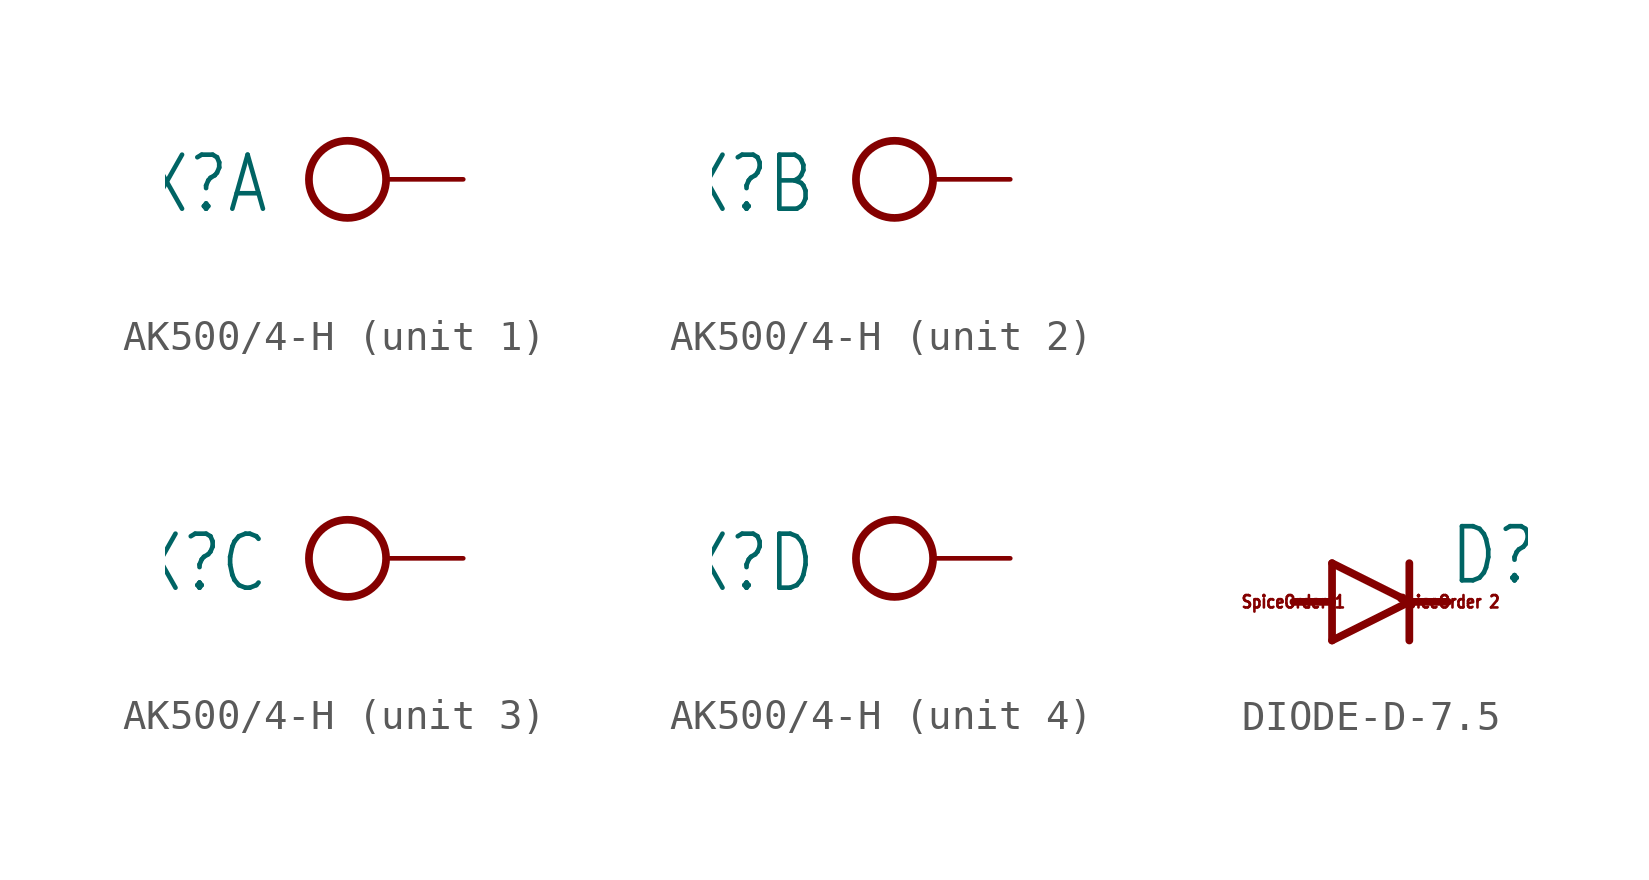
<source format=kicad_sym>
(kicad_symbol_lib
  (version 20241209)
  (generator "kicad_symbol_editor")
  (generator_version "9.0")
  (symbol "AK500/4-H"
    (property "Reference" "X"
      (at -1.27 0.889 0)
      (effects (font (size 1.778 1.511)) (justify right top)))
    (property "Value" ""
      (at -3.81 -3.683 0)
      (effects (font (size 1.778 1.511)) (justify left bottom)))
    (property "ki_locked" ""
      (at 0 0 0)
      (effects (font (size 1.27 1.27))))
    (symbol "AK500/4-H_1_0"
      (circle (center 1.27 0) (radius 1.27) (stroke (width 0.254) (type solid)) (fill (type none)))
      (pin passive line (at 5.08 0 180) (length 2.54) (name "KL" (effects (font (size 0 0)))) (number "1" (effects (font (size 0 0))))))
    (symbol "AK500/4-H_2_0"
      (circle (center 1.27 0) (radius 1.27) (stroke (width 0.254) (type solid)) (fill (type none)))
      (pin passive line (at 5.08 0 180) (length 2.54) (name "KL" (effects (font (size 0 0)))) (number "2" (effects (font (size 0 0))))))
    (symbol "AK500/4-H_3_0"
      (circle (center 1.27 0) (radius 1.27) (stroke (width 0.254) (type solid)) (fill (type none)))
      (pin passive line (at 5.08 0 180) (length 2.54) (name "KL" (effects (font (size 0 0)))) (number "3" (effects (font (size 0 0))))))
    (symbol "AK500/4-H_4_0"
      (circle (center 1.27 0) (radius 1.27) (stroke (width 0.254) (type solid)) (fill (type none)))
      (pin passive line (at 5.08 0 180) (length 2.54) (name "KL" (effects (font (size 0 0)))) (number "4" (effects (font (size 0 0)))))))
  (symbol "DIODE-D-7.5"
    (property "Reference" "D"
      (at 2.54 0.483 0)
      (effects (font (size 1.778 1.511)) (justify left bottom)))
    (property "Value" ""
      (at 2.54 -2.311 0)
      (effects (font (size 1.778 1.511)) (justify left bottom)))
    (property "ki_locked" ""
      (at 0 0 0)
      (effects (font (size 1.27 1.27))))
    (symbol "DIODE-D-7.5_1_0"
      (polyline (pts (xy -1.27 1.27) (xy -1.27 0)) (stroke (width 0.254) (type solid)) (fill (type none)))
      (polyline (pts (xy -1.27 0) (xy -2.54 0)) (stroke (width 0.254) (type solid)) (fill (type none)))
      (polyline (pts (xy -1.27 0) (xy -1.27 -1.27)) (stroke (width 0.254) (type solid)) (fill (type none)))
      (polyline (pts (xy -1.27 -1.27) (xy 1.27 0)) (stroke (width 0.254) (type solid)) (fill (type none)))
      (polyline (pts (xy 1.27 1.27) (xy 1.27 0)) (stroke (width 0.254) (type solid)) (fill (type none)))
      (polyline (pts (xy 1.27 0) (xy -1.27 1.27)) (stroke (width 0.254) (type solid)) (fill (type none)))
      (polyline (pts (xy 1.27 0) (xy 1.27 -1.27)) (stroke (width 0.254) (type solid)) (fill (type none)))
      (polyline (pts (xy 2.54 0) (xy 1.27 0)) (stroke (width 0.254) (type solid)) (fill (type none)))
      (text "SpiceOrder 1" (at -2.54 0 0) (effects (font (size 0.406 0.345))))
      (text "SpiceOrder 2" (at 2.54 0 0) (effects (font (size 0.406 0.345))))
      (pin passive line (at -2.54 0 0) (length 0) (name "A" (effects (font (size 0 0)))) (number "A" (effects (font (size 0 0)))))
      (pin passive line (at 2.54 0 180) (length 0) (name "C" (effects (font (size 0 0)))) (number "C" (effects (font (size 0 0))))))))
</source>
